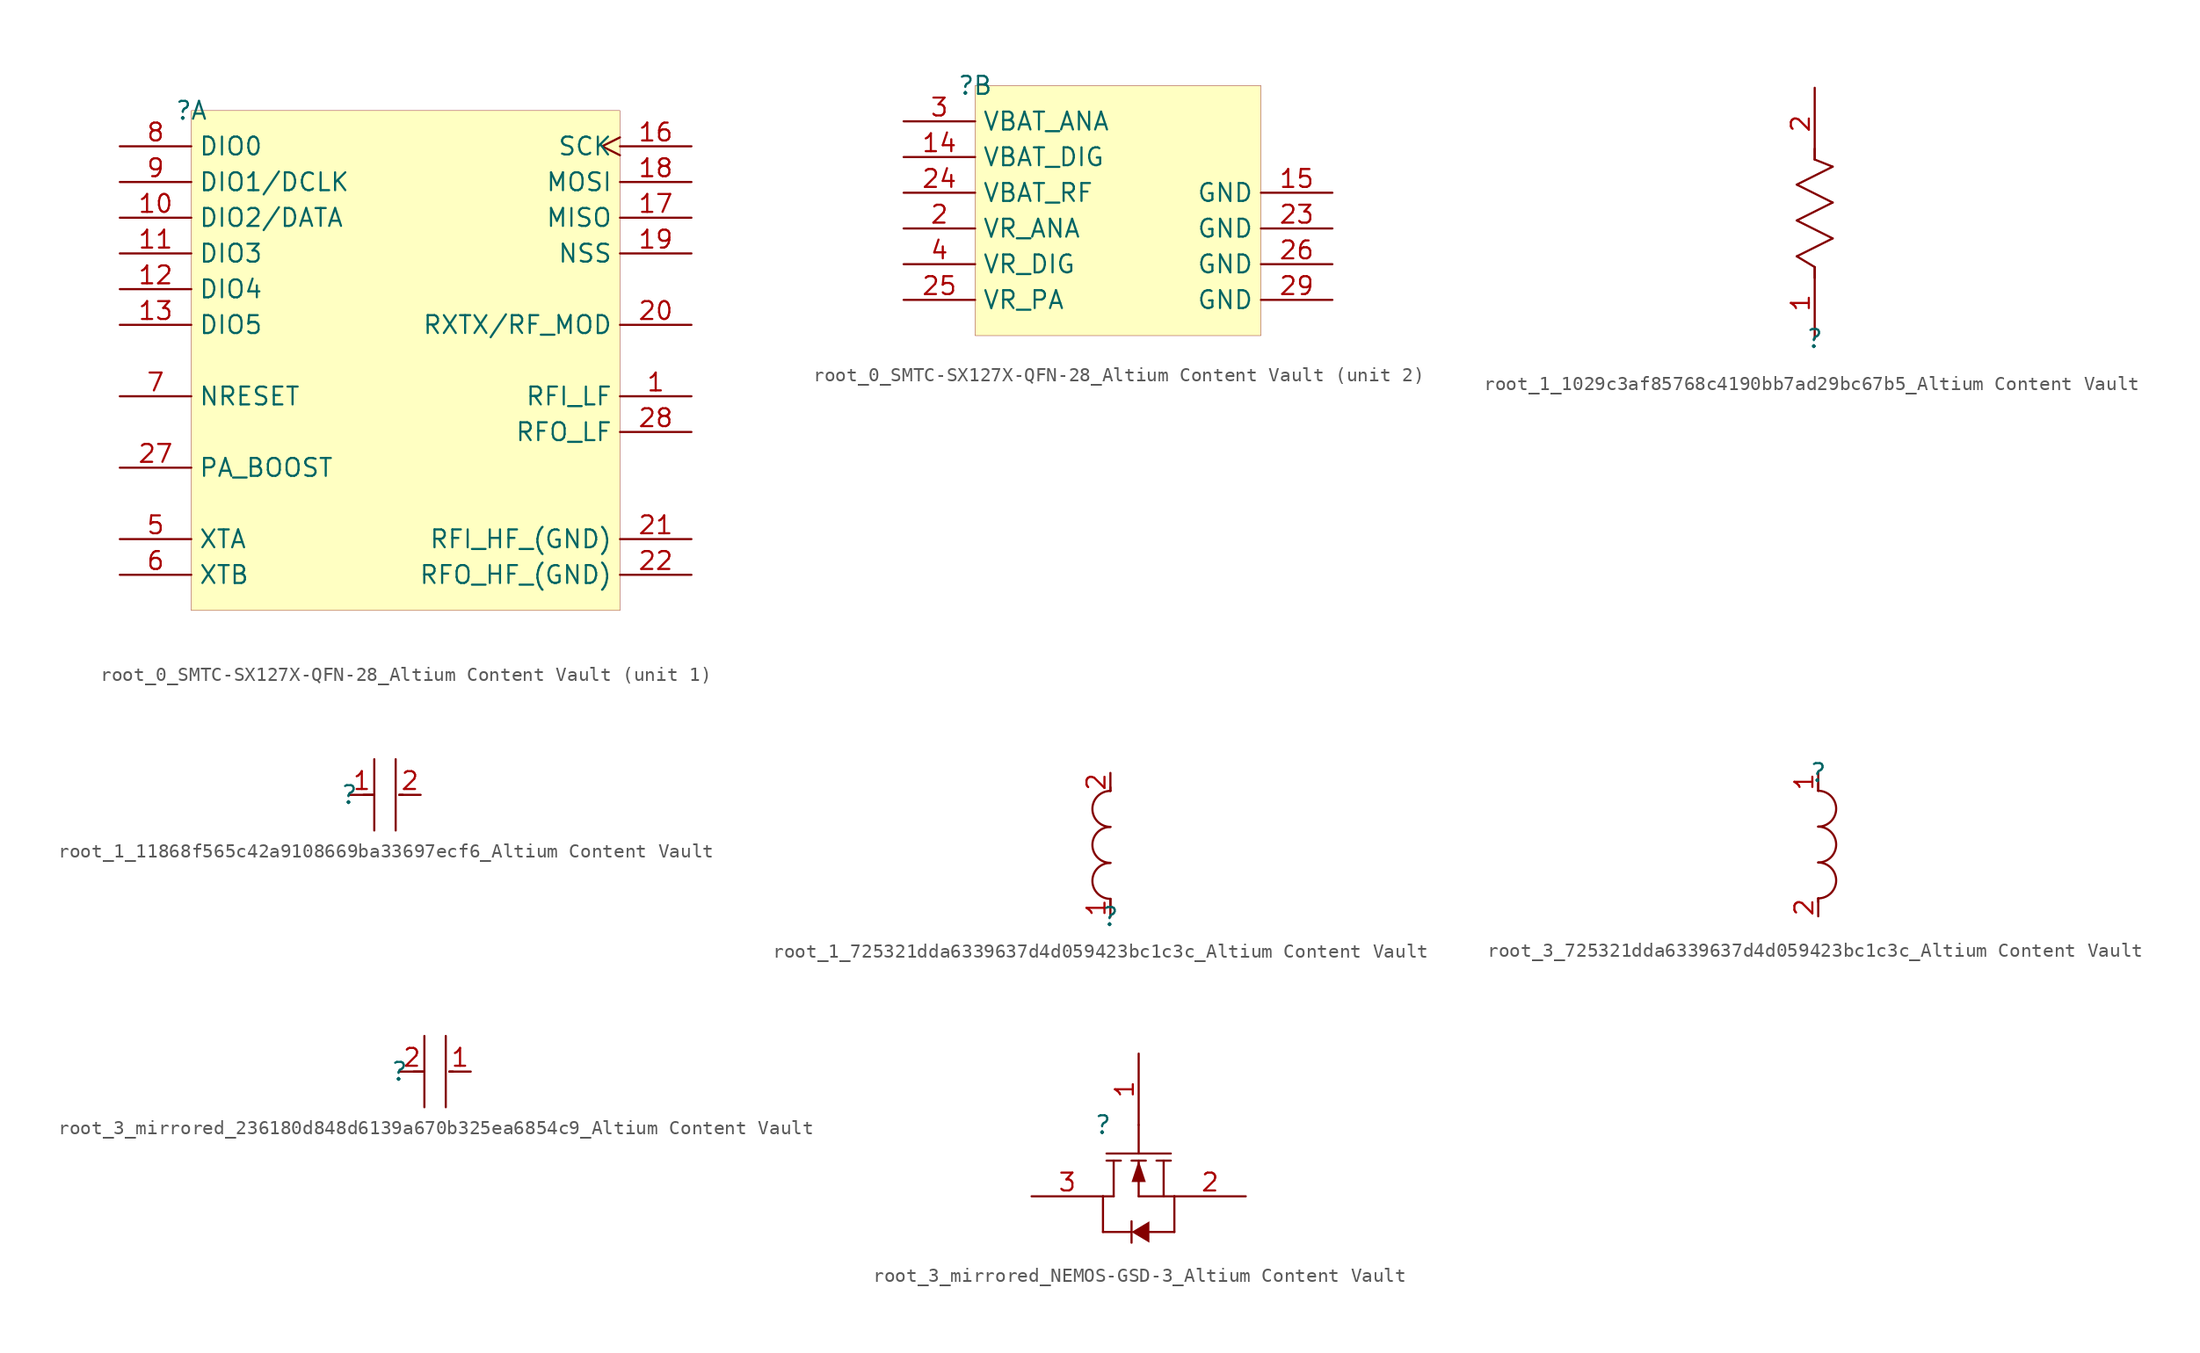
<source format=kicad_sym>
(kicad_symbol_lib
  (version 20241209)
  (generator "kicad_symbol_editor")
  (generator_version "9.0")
  (symbol "root_0_SMTC-SX127X-QFN-28_Altium Content Vault"
    (property "Reference" ""
      (at 0 0 0)
      (effects (font (size 1.27 1.27))))
    (property "Value" ""
      (at 0 0 0)
      (effects (font (size 1.27 1.27))))
    (symbol "root_0_SMTC-SX127X-QFN-28_Altium Content Vault_1_0"
      (rectangle (start 30.48 0) (end 0 -35.56) (stroke (width 0.025) (type solid) (color 128 0 0 1)) (fill (type background)))
      (pin bidirectional line (at -5.08 -2.54 0) (length 5.08) (name "DIO0" (effects (font (size 1.27 1.27)))) (number "8" (effects (font (size 1.27 1.27)))))
      (pin bidirectional line (at -5.08 -5.08 0) (length 5.08) (name "DIO1/DCLK" (effects (font (size 1.27 1.27)))) (number "9" (effects (font (size 1.27 1.27)))))
      (pin bidirectional line (at -5.08 -7.62 0) (length 5.08) (name "DIO2/DATA" (effects (font (size 1.27 1.27)))) (number "10" (effects (font (size 1.27 1.27)))))
      (pin bidirectional line (at -5.08 -10.16 0) (length 5.08) (name "DIO3" (effects (font (size 1.27 1.27)))) (number "11" (effects (font (size 1.27 1.27)))))
      (pin bidirectional line (at -5.08 -12.7 0) (length 5.08) (name "DIO4" (effects (font (size 1.27 1.27)))) (number "12" (effects (font (size 1.27 1.27)))))
      (pin bidirectional line (at -5.08 -15.24 0) (length 5.08) (name "DIO5" (effects (font (size 1.27 1.27)))) (number "13" (effects (font (size 1.27 1.27)))))
      (pin input line (at -5.08 -20.32 0) (length 5.08) (name "NRESET" (effects (font (size 1.27 1.27)))) (number "7" (effects (font (size 1.27 1.27)))))
      (pin output line (at -5.08 -25.4 0) (length 5.08) (name "PA_BOOST" (effects (font (size 1.27 1.27)))) (number "27" (effects (font (size 1.27 1.27)))))
      (pin bidirectional line (at -5.08 -30.48 0) (length 5.08) (name "XTA" (effects (font (size 1.27 1.27)))) (number "5" (effects (font (size 1.27 1.27)))))
      (pin bidirectional line (at -5.08 -33.02 0) (length 5.08) (name "XTB" (effects (font (size 1.27 1.27)))) (number "6" (effects (font (size 1.27 1.27)))))
      (pin input clock (at 35.56 -2.54 180) (length 5.08) (name "SCK" (effects (font (size 1.27 1.27)))) (number "16" (effects (font (size 1.27 1.27)))))
      (pin input line (at 35.56 -5.08 180) (length 5.08) (name "MOSI" (effects (font (size 1.27 1.27)))) (number "18" (effects (font (size 1.27 1.27)))))
      (pin tri_state line (at 35.56 -7.62 180) (length 5.08) (name "MISO" (effects (font (size 1.27 1.27)))) (number "17" (effects (font (size 1.27 1.27)))))
      (pin input line (at 35.56 -10.16 180) (length 5.08) (name "NSS" (effects (font (size 1.27 1.27)))) (number "19" (effects (font (size 1.27 1.27)))))
      (pin bidirectional line (at 35.56 -15.24 180) (length 5.08) (name "RXTX/RF_MOD" (effects (font (size 1.27 1.27)))) (number "20" (effects (font (size 1.27 1.27)))))
      (pin input line (at 35.56 -20.32 180) (length 5.08) (name "RFI_LF" (effects (font (size 1.27 1.27)))) (number "1" (effects (font (size 1.27 1.27)))))
      (pin output line (at 35.56 -22.86 180) (length 5.08) (name "RFO_LF" (effects (font (size 1.27 1.27)))) (number "28" (effects (font (size 1.27 1.27)))))
      (pin input line (at 35.56 -30.48 180) (length 5.08) (name "RFI_HF_(GND)" (effects (font (size 1.27 1.27)))) (number "21" (effects (font (size 1.27 1.27)))))
      (pin output line (at 35.56 -33.02 180) (length 5.08) (name "RFO_HF_(GND)" (effects (font (size 1.27 1.27)))) (number "22" (effects (font (size 1.27 1.27))))))
    (symbol "root_0_SMTC-SX127X-QFN-28_Altium Content Vault_2_0"
      (rectangle (start 20.32 0) (end 0 -17.78) (stroke (width 0.025) (type solid) (color 128 0 0 1)) (fill (type background)))
      (pin power_in line (at -5.08 -2.54 0) (length 5.08) (name "VBAT_ANA" (effects (font (size 1.27 1.27)))) (number "3" (effects (font (size 1.27 1.27)))))
      (pin power_in line (at -5.08 -5.08 0) (length 5.08) (name "VBAT_DIG" (effects (font (size 1.27 1.27)))) (number "14" (effects (font (size 1.27 1.27)))))
      (pin power_in line (at -5.08 -7.62 0) (length 5.08) (name "VBAT_RF" (effects (font (size 1.27 1.27)))) (number "24" (effects (font (size 1.27 1.27)))))
      (pin power_in line (at -5.08 -10.16 0) (length 5.08) (name "VR_ANA" (effects (font (size 1.27 1.27)))) (number "2" (effects (font (size 1.27 1.27)))))
      (pin power_in line (at -5.08 -12.7 0) (length 5.08) (name "VR_DIG" (effects (font (size 1.27 1.27)))) (number "4" (effects (font (size 1.27 1.27)))))
      (pin power_in line (at -5.08 -15.24 0) (length 5.08) (name "VR_PA" (effects (font (size 1.27 1.27)))) (number "25" (effects (font (size 1.27 1.27)))))
      (pin power_in line (at 25.4 -7.62 180) (length 5.08) (name "GND" (effects (font (size 1.27 1.27)))) (number "15" (effects (font (size 1.27 1.27)))))
      (pin power_in line (at 25.4 -10.16 180) (length 5.08) (name "GND" (effects (font (size 1.27 1.27)))) (number "23" (effects (font (size 1.27 1.27)))))
      (pin power_in line (at 25.4 -12.7 180) (length 5.08) (name "GND" (effects (font (size 1.27 1.27)))) (number "26" (effects (font (size 1.27 1.27)))))
      (pin power_in line (at 25.4 -15.24 180) (length 5.08) (name "GND" (effects (font (size 1.27 1.27)))) (number "29" (effects (font (size 1.27 1.27)))))))
  (symbol "root_1_1029c3af85768c4190bb7ad29bc67b5_Altium Content Vault"
    (pin_names
      (hide yes))
    (property "Reference" ""
      (at 0 0 0)
      (effects (font (size 1.27 1.27))))
    (property "Value" ""
      (at 0 0 0)
      (effects (font (size 1.27 1.27))))
    (symbol "root_1_1029c3af85768c4190bb7ad29bc67b5_Altium Content Vault_1_0"
      (polyline (pts (xy -1.27 10.922) (xy 1.27 12.192)) (stroke (width 0) (type solid)) (fill (type none)))
      (polyline (pts (xy -1.27 8.382) (xy 1.27 9.652)) (stroke (width 0) (type solid)) (fill (type none)))
      (polyline (pts (xy -1.27 5.842) (xy 1.27 7.112)) (stroke (width 0) (type solid)) (fill (type none)))
      (polyline (pts (xy 0 12.7) (xy 0 13.462)) (stroke (width 0) (type solid)) (fill (type none)))
      (polyline (pts (xy 0 5.08) (xy -1.27 5.842)) (stroke (width 0) (type solid)) (fill (type none)))
      (polyline (pts (xy 0 5.08) (xy 0 4.318)) (stroke (width 0) (type solid)) (fill (type none)))
      (polyline (pts (xy 1.27 12.192) (xy 0 12.7)) (stroke (width 0) (type solid)) (fill (type none)))
      (polyline (pts (xy 1.27 9.652) (xy -1.27 10.922)) (stroke (width 0) (type solid)) (fill (type none)))
      (polyline (pts (xy 1.27 7.112) (xy -1.27 8.382)) (stroke (width 0) (type solid)) (fill (type none)))
      (pin passive line (at 0 17.78 270) (length 5.08) (name "2" (effects (font (size 1.27 1.27)))) (number "2" (effects (font (size 1.27 1.27)))))
      (pin passive line (at 0 0 90) (length 5.08) (name "1" (effects (font (size 1.27 1.27)))) (number "1" (effects (font (size 1.27 1.27)))))))
  (symbol "root_1_11868f565c42a9108669ba33697ecf6_Altium Content Vault"
    (pin_names
      (hide yes))
    (property "Reference" ""
      (at 0 0 0)
      (effects (font (size 1.27 1.27))))
    (property "Value" ""
      (at 0 0 0)
      (effects (font (size 1.27 1.27))))
    (symbol "root_1_11868f565c42a9108669ba33697ecf6_Altium Content Vault_1_0"
      (polyline (pts (xy 1.778 2.54) (xy 1.778 -2.54)) (stroke (width 0) (type solid)) (fill (type none)))
      (polyline (pts (xy 1.778 0) (xy 1.016 0)) (stroke (width 0) (type solid)) (fill (type none)))
      (polyline (pts (xy 3.302 2.54) (xy 3.302 -2.54)) (stroke (width 0) (type solid)) (fill (type none)))
      (polyline (pts (xy 3.556 0) (xy 3.81 0)) (stroke (width 0) (type solid)) (fill (type none)))
      (pin passive line (at 0 0 0) (length 1.778) (name "1" (effects (font (size 1.27 1.27)))) (number "1" (effects (font (size 1.27 1.27)))))
      (pin passive line (at 5.08 0 180) (length 1.524) (name "2" (effects (font (size 1.27 1.27)))) (number "2" (effects (font (size 1.27 1.27)))))))
  (symbol "root_1_725321dda6339637d4d059423bc1c3c_Altium Content Vault"
    (pin_names
      (hide yes))
    (property "Reference" ""
      (at 0 0 0)
      (effects (font (size 1.27 1.27))))
    (property "Value" ""
      (at 0 0 0)
      (effects (font (size 1.27 1.27))))
    (symbol "root_1_725321dda6339637d4d059423bc1c3c_Altium Content Vault_1_0"
      (polyline (pts (xy 0 8.89) (xy 0 9.144)) (stroke (width 0) (type solid)) (fill (type none)))
      (arc (start 0 6.35) (mid -1.27 7.62) (end 0 8.89) (stroke (width 0) (type solid)) (fill (type none)))
      (arc (start 0 3.81) (mid -1.27 5.08) (end 0 6.35) (stroke (width 0) (type solid)) (fill (type none)))
      (arc (start 0 1.27) (mid -1.27 2.54) (end 0 3.81) (stroke (width 0) (type solid)) (fill (type none)))
      (polyline (pts (xy 0 1.27) (xy 0 0.762)) (stroke (width 0) (type solid)) (fill (type none)))
      (pin passive line (at 0 10.16 270) (length 1.27) (name "2" (effects (font (size 1.27 1.27)))) (number "2" (effects (font (size 1.27 1.27)))))
      (pin passive line (at 0 0 90) (length 1.27) (name "1" (effects (font (size 1.27 1.27)))) (number "1" (effects (font (size 1.27 1.27)))))))
  (symbol "root_3_725321dda6339637d4d059423bc1c3c_Altium Content Vault"
    (pin_names
      (hide yes))
    (property "Reference" ""
      (at 0 0 0)
      (effects (font (size 1.27 1.27))))
    (property "Value" ""
      (at 0 0 0)
      (effects (font (size 1.27 1.27))))
    (symbol "root_3_725321dda6339637d4d059423bc1c3c_Altium Content Vault_1_0"
      (polyline (pts (xy 0 -1.27) (xy 0 -0.762)) (stroke (width 0) (type solid)) (fill (type none)))
      (arc (start 0 -1.27) (mid 1.27 -2.54) (end 0 -3.81) (stroke (width 0) (type solid)) (fill (type none)))
      (arc (start 0 -3.81) (mid 1.27 -5.08) (end 0 -6.35) (stroke (width 0) (type solid)) (fill (type none)))
      (arc (start 0 -6.35) (mid 1.27 -7.62) (end 0 -8.89) (stroke (width 0) (type solid)) (fill (type none)))
      (polyline (pts (xy 0 -8.89) (xy 0 -9.144)) (stroke (width 0) (type solid)) (fill (type none)))
      (pin passive line (at 0 0 270) (length 1.27) (name "1" (effects (font (size 1.27 1.27)))) (number "1" (effects (font (size 1.27 1.27)))))
      (pin passive line (at 0 -10.16 90) (length 1.27) (name "2" (effects (font (size 1.27 1.27)))) (number "2" (effects (font (size 1.27 1.27)))))))
  (symbol "root_3_mirrored_236180d848d6139a670b325ea6854c9_Altium Content Vault"
    (pin_names
      (hide yes))
    (property "Reference" ""
      (at 0 0 0)
      (effects (font (size 1.27 1.27))))
    (property "Value" ""
      (at 0 0 0)
      (effects (font (size 1.27 1.27))))
    (symbol "root_3_mirrored_236180d848d6139a670b325ea6854c9_Altium Content Vault_1_0"
      (polyline (pts (xy 1.778 0) (xy 1.016 0)) (stroke (width 0) (type solid)) (fill (type none)))
      (polyline (pts (xy 1.778 -2.54) (xy 1.778 2.54)) (stroke (width 0) (type solid)) (fill (type none)))
      (polyline (pts (xy 3.302 -2.54) (xy 3.302 2.54)) (stroke (width 0) (type solid)) (fill (type none)))
      (polyline (pts (xy 3.556 0) (xy 3.81 0)) (stroke (width 0) (type solid)) (fill (type none)))
      (pin passive line (at 0 0 0) (length 1.778) (name "2" (effects (font (size 1.27 1.27)))) (number "2" (effects (font (size 1.27 1.27)))))
      (pin passive line (at 5.08 0 180) (length 1.524) (name "1" (effects (font (size 1.27 1.27)))) (number "1" (effects (font (size 1.27 1.27)))))))
  (symbol "root_3_mirrored_NEMOS-GSD-3_Altium Content Vault"
    (pin_names
      (hide yes))
    (property "Reference" ""
      (at 0 0 0)
      (effects (font (size 1.27 1.27))))
    (property "Value" ""
      (at 0 0 0)
      (effects (font (size 1.27 1.27))))
    (symbol "root_3_mirrored_NEMOS-GSD-3_Altium Content Vault_1_0"
      (polyline (pts (xy 0 -5.08) (xy 0 -7.62)) (stroke (width 0) (type solid)) (fill (type none)))
      (polyline (pts (xy 0 -7.62) (xy 2.032 -7.62)) (stroke (width 0) (type solid)) (fill (type none)))
      (polyline (pts (xy 0.254 -2.032) (xy 4.826 -2.032)) (stroke (width 0) (type solid)) (fill (type none)))
      (polyline (pts (xy 0.254 -2.54) (xy 1.27 -2.54)) (stroke (width 0) (type solid)) (fill (type none)))
      (polyline (pts (xy 0.762 -5.08) (xy 0 -5.08)) (stroke (width 0) (type solid)) (fill (type none)))
      (polyline (pts (xy 0.762 -5.08) (xy 0.762 -2.54)) (stroke (width 0) (type solid)) (fill (type none)))
      (polyline (pts (xy 2.032 -6.858) (xy 2.032 -8.382)) (stroke (width 0) (type solid)) (fill (type none)))
      (polyline (pts (xy 2.032 -7.62) (xy 3.302 -6.858) (xy 3.302 -8.382) (xy 2.032 -7.62)) (stroke (width -0.0001) (type solid)) (fill (type outline)))
      (polyline (pts (xy 2.54 0) (xy 2.54 -2.032)) (stroke (width 0) (type solid)) (fill (type none)))
      (polyline (pts (xy 2.54 -2.54) (xy 3.048 -4.064) (xy 2.032 -4.064) (xy 2.54 -2.54)) (stroke (width -0.0001) (type solid)) (fill (type outline)))
      (polyline (pts (xy 2.54 -5.08) (xy 2.54 -2.54)) (stroke (width 0) (type solid)) (fill (type none)))
      (polyline (pts (xy 2.54 -5.08) (xy 5.08 -5.08)) (stroke (width 0) (type solid)) (fill (type none)))
      (polyline (pts (xy 3.048 -2.54) (xy 2.032 -2.54)) (stroke (width 0) (type solid)) (fill (type none)))
      (polyline (pts (xy 4.318 -5.08) (xy 4.318 -2.54)) (stroke (width 0) (type solid)) (fill (type none)))
      (polyline (pts (xy 4.826 -2.54) (xy 3.81 -2.54)) (stroke (width 0) (type solid)) (fill (type none)))
      (polyline (pts (xy 5.08 -5.08) (xy 5.08 -7.62)) (stroke (width 0) (type solid)) (fill (type none)))
      (polyline (pts (xy 5.08 -7.62) (xy 3.302 -7.62)) (stroke (width 0) (type solid)) (fill (type none)))
      (pin passive line (at -5.08 -5.08 0) (length 5.08) (name "D" (effects (font (size 1.27 1.27)))) (number "3" (effects (font (size 1.27 1.27)))))
      (pin passive line (at 2.54 5.08 270) (length 5.08) (name "G" (effects (font (size 1.27 1.27)))) (number "1" (effects (font (size 1.27 1.27)))))
      (pin passive line (at 10.16 -5.08 180) (length 5.08) (name "S" (effects (font (size 1.27 1.27)))) (number "2" (effects (font (size 1.27 1.27))))))))
</source>
